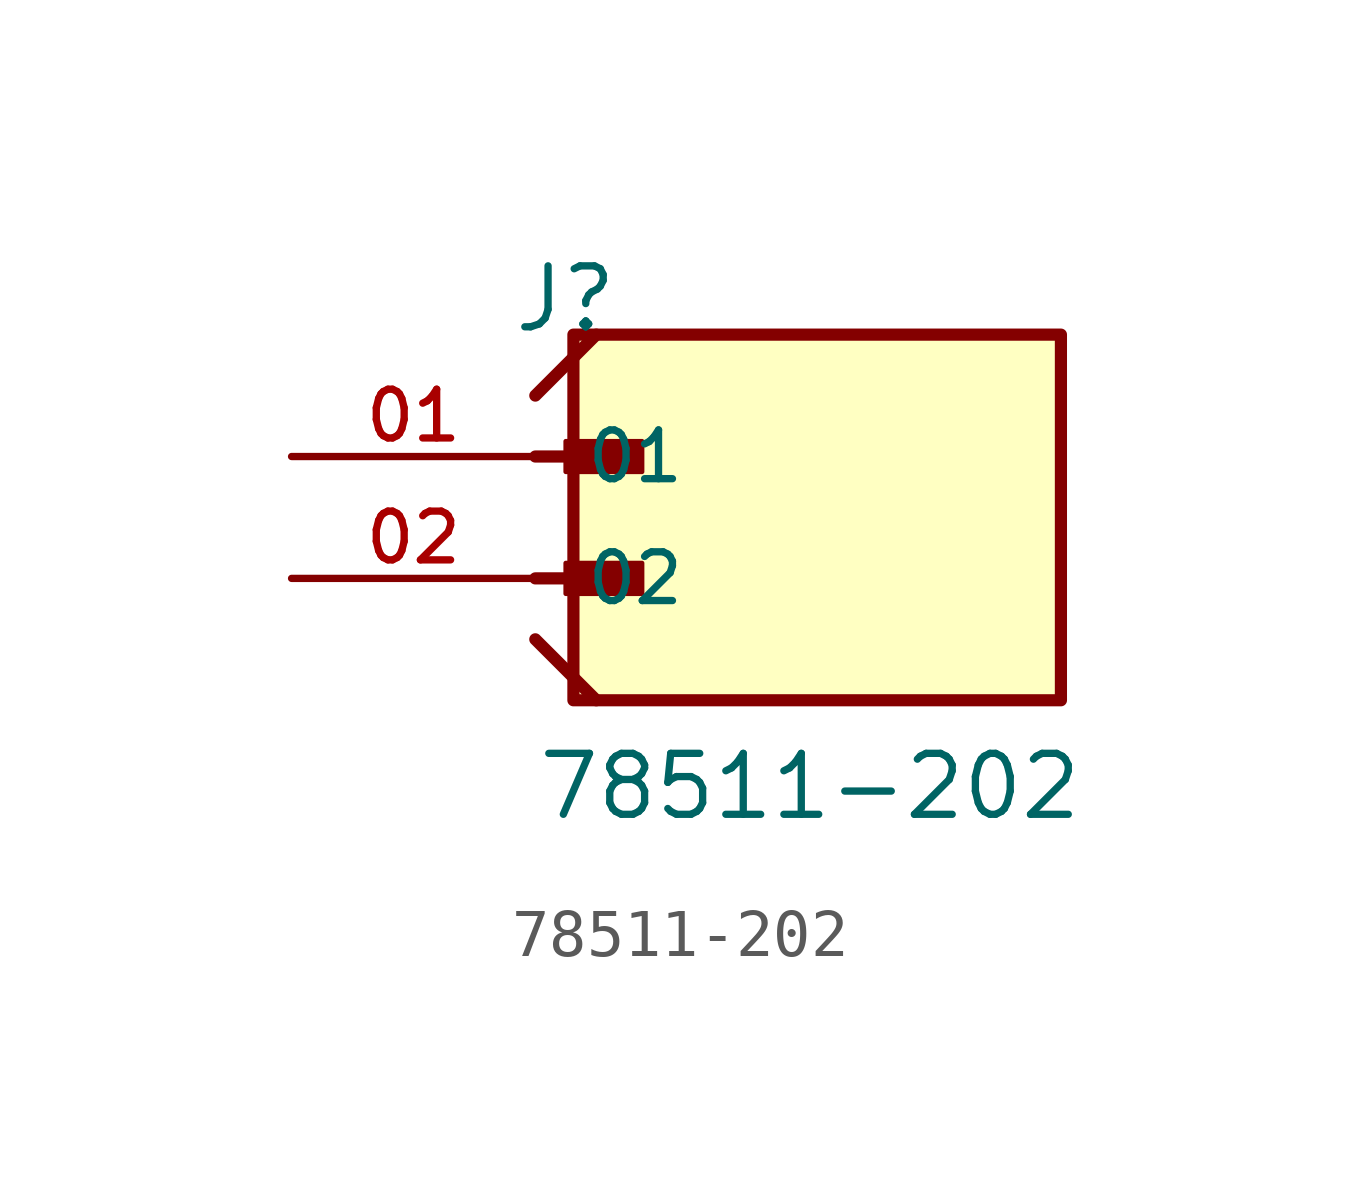
<source format=kicad_sym>
(kicad_symbol_lib
  (version 20211014)
  (generator kicad_symbol_editor)
  (symbol "78511-202"
    (pin_names
      (offset 1.016))
    (property "Reference" "J"
      (at -5.58 5.08 0)
      (effects (font (size 1.27 1.27)) (justify bottom left)))
    (property "Value" "78511-202"
      (at -5.08 -5.08 0)
      (effects (font (size 1.27 1.27)) (justify bottom left)))
    (symbol "78511-202_0_0"
      (polyline (pts (xy -5.08 2.54) (xy -3.175 2.54)) (stroke (width 0.254)))
      (rectangle (start -4.445 2.223) (end -2.857 2.857) (stroke (width 0.1)) (fill (type outline)))
      (polyline (pts (xy -5.08 0.0) (xy -3.175 0.0)) (stroke (width 0.254)))
      (rectangle (start -4.445 -0.318) (end -2.857 0.318) (stroke (width 0.1)) (fill (type outline)))
      (polyline (pts (xy -5.08 -1.27) (xy -3.81 -2.54)) (stroke (width 0.254)))
      (polyline (pts (xy -5.08 3.81) (xy -3.81 5.08)) (stroke (width 0.254)))
      (rectangle (start -4.286 -2.54) (end 5.874 5.08) (stroke (width 0.254)) (fill (type background)))
      (pin passive line (at -10.16 2.54 0) (length 5.08) (name "01" (effects (font (size 1.016 1.016)))) (number "01" (effects (font (size 1.016 1.016)))))
      (pin passive line (at -10.16 0.0 0) (length 5.08) (name "02" (effects (font (size 1.016 1.016)))) (number "02" (effects (font (size 1.016 1.016))))))))
</source>
